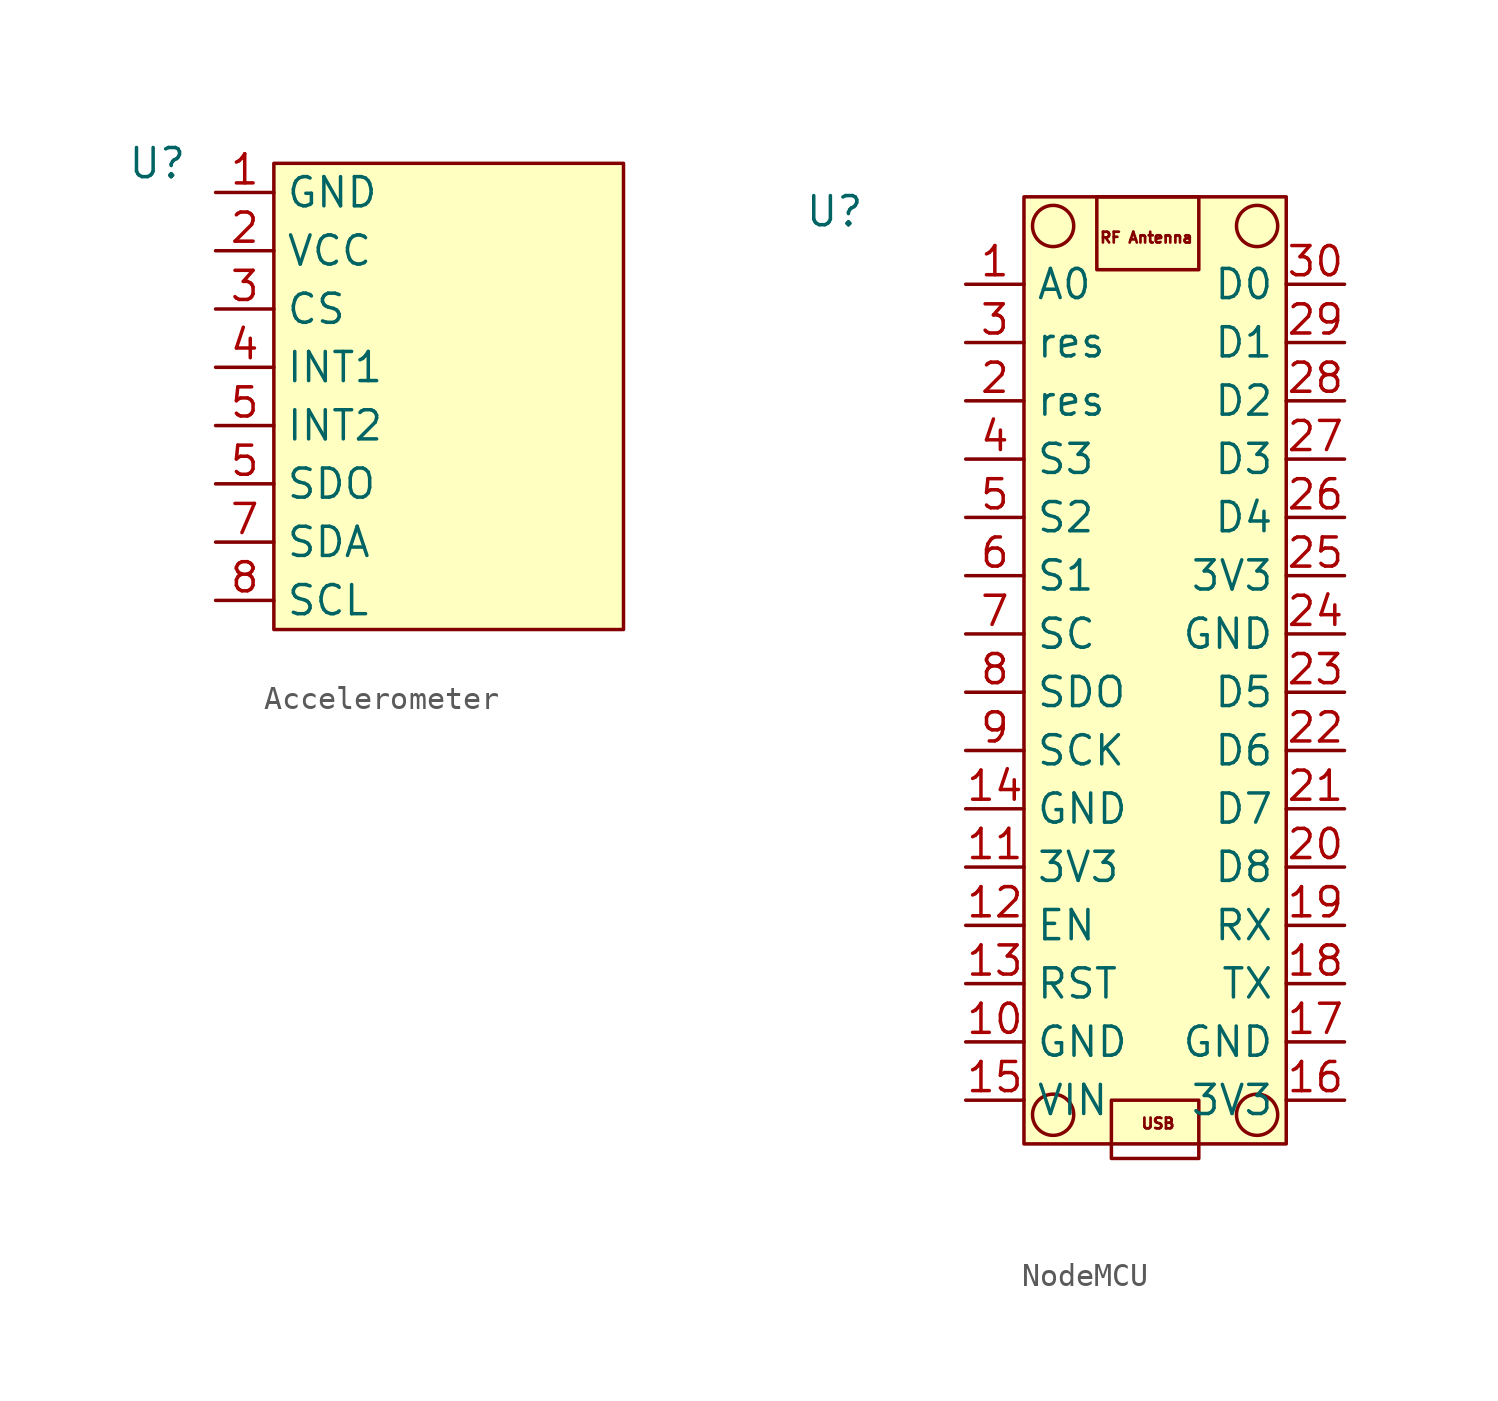
<source format=kicad_sym>
(kicad_symbol_lib
  (version 20220914)
  (generator kicad_symbol_editor)
  (symbol "Accelerometer"
    (property "Reference" "U"
      (at -10.16 1.27 0)
      (effects (font (size 1.27 1.27))))
    (property "Value" ""
      (at -10.16 1.27 0)
      (effects (font (size 1.27 1.27))))
    (symbol "Accelerometer_0_0"
      (pin power_in line (at -7.62 0 0) (length 2.54) (name "GND" (effects (font (size 1.27 1.27)))) (number "1" (effects (font (size 1.27 1.27)))))
      (pin power_in line (at -7.62 -2.54 0) (length 2.54) (name "VCC" (effects (font (size 1.27 1.27)))) (number "2" (effects (font (size 1.27 1.27)))))
      (pin input line (at -7.62 -5.08 0) (length 2.54) (name "CS" (effects (font (size 1.27 1.27)))) (number "3" (effects (font (size 1.27 1.27)))))
      (pin input line (at -7.62 -7.62 0) (length 2.54) (name "INT1" (effects (font (size 1.27 1.27)))) (number "4" (effects (font (size 1.27 1.27)))))
      (pin input line (at -7.62 -10.16 0) (length 2.54) (name "INT2" (effects (font (size 1.27 1.27)))) (number "5" (effects (font (size 1.27 1.27))))))
    (symbol "Accelerometer_1_0"
      (pin input line (at -7.62 -12.7 0) (length 2.54) (name "SDO" (effects (font (size 1.27 1.27)))) (number "5" (effects (font (size 1.27 1.27)))))
      (pin input line (at -7.62 -15.24 0) (length 2.54) (name "SDA" (effects (font (size 1.27 1.27)))) (number "7" (effects (font (size 1.27 1.27)))))
      (pin input line (at -7.62 -17.78 0) (length 2.54) (name "SCL" (effects (font (size 1.27 1.27)))) (number "8" (effects (font (size 1.27 1.27))))))
    (symbol "Accelerometer_1_1"
      (rectangle (start -5.08 1.27) (end 10.16 -19.05) (stroke (width 0) (type default)) (fill (type background)))))
  (symbol "NodeMCU"
    (property "Reference" "U"
      (at -5.715 3.175 0)
      (effects (font (size 1.27 1.27))))
    (property "Value" ""
      (at 0 0 0)
      (effects (font (size 1.27 1.27))))
    (symbol "NodeMCU_0_0"
      (pin unspecified line (at 0 0 0) (length 2.54) (name "A0" (effects (font (size 1.27 1.27)))) (number "1" (effects (font (size 1.27 1.27)))))
      (pin power_in line (at 0 -33.02 0) (length 2.54) (name "GND" (effects (font (size 1.27 1.27)))) (number "10" (effects (font (size 1.27 1.27)))))
      (pin power_in line (at 0 -25.4 0) (length 2.54) (name "3V3" (effects (font (size 1.27 1.27)))) (number "11" (effects (font (size 1.27 1.27)))))
      (pin unspecified line (at 0 -27.94 0) (length 2.54) (name "EN" (effects (font (size 1.27 1.27)))) (number "12" (effects (font (size 1.27 1.27)))))
      (pin input line (at 0 -30.48 0) (length 2.54) (name "RST" (effects (font (size 1.27 1.27)))) (number "13" (effects (font (size 1.27 1.27)))))
      (pin unspecified line (at 0 -22.86 0) (length 2.54) (name "GND" (effects (font (size 1.27 1.27)))) (number "14" (effects (font (size 1.27 1.27)))))
      (pin power_in line (at 0 -35.56 0) (length 2.54) (name "VIN" (effects (font (size 1.27 1.27)))) (number "15" (effects (font (size 1.27 1.27)))))
      (pin power_out line (at 16.51 -35.56 180) (length 2.54) (name "3V3" (effects (font (size 1.27 1.27)))) (number "16" (effects (font (size 1.27 1.27)))))
      (pin power_out line (at 16.51 -33.02 180) (length 2.54) (name "GND" (effects (font (size 1.27 1.27)))) (number "17" (effects (font (size 1.27 1.27)))))
      (pin unspecified line (at 16.51 -30.48 180) (length 2.54) (name "TX" (effects (font (size 1.27 1.27)))) (number "18" (effects (font (size 1.27 1.27)))))
      (pin unspecified line (at 16.51 -27.94 180) (length 2.54) (name "RX" (effects (font (size 1.27 1.27)))) (number "19" (effects (font (size 1.27 1.27)))))
      (pin unspecified line (at 0 -5.08 0) (length 2.54) (name "res" (effects (font (size 1.27 1.27)))) (number "2" (effects (font (size 1.27 1.27)))))
      (pin unspecified line (at 16.51 -25.4 180) (length 2.54) (name "D8" (effects (font (size 1.27 1.27)))) (number "20" (effects (font (size 1.27 1.27)))))
      (pin unspecified line (at 16.51 -22.86 180) (length 2.54) (name "D7" (effects (font (size 1.27 1.27)))) (number "21" (effects (font (size 1.27 1.27)))))
      (pin unspecified line (at 16.51 -20.32 180) (length 2.54) (name "D6" (effects (font (size 1.27 1.27)))) (number "22" (effects (font (size 1.27 1.27)))))
      (pin unspecified line (at 16.51 -17.78 180) (length 2.54) (name "D5" (effects (font (size 1.27 1.27)))) (number "23" (effects (font (size 1.27 1.27)))))
      (pin power_out line (at 16.51 -15.24 180) (length 2.54) (name "GND" (effects (font (size 1.27 1.27)))) (number "24" (effects (font (size 1.27 1.27)))))
      (pin power_out line (at 16.51 -12.7 180) (length 2.54) (name "3V3" (effects (font (size 1.27 1.27)))) (number "25" (effects (font (size 1.27 1.27)))))
      (pin unspecified line (at 16.51 -10.16 180) (length 2.54) (name "D4" (effects (font (size 1.27 1.27)))) (number "26" (effects (font (size 1.27 1.27)))))
      (pin output line (at 16.51 -7.62 180) (length 2.54) (name "D3" (effects (font (size 1.27 1.27)))) (number "27" (effects (font (size 1.27 1.27)))))
      (pin bidirectional line (at 16.51 -5.08 180) (length 2.54) (name "D2" (effects (font (size 1.27 1.27)))) (number "28" (effects (font (size 1.27 1.27)))))
      (pin output line (at 16.51 -2.54 180) (length 2.54) (name "D1" (effects (font (size 1.27 1.27)))) (number "29" (effects (font (size 1.27 1.27)))))
      (pin unspecified line (at 0 -2.54 0) (length 2.54) (name "res" (effects (font (size 1.27 1.27)))) (number "3" (effects (font (size 1.27 1.27)))))
      (pin unspecified line (at 16.51 0 180) (length 2.54) (name "D0" (effects (font (size 1.27 1.27)))) (number "30" (effects (font (size 1.27 1.27)))))
      (pin unspecified line (at 0 -7.62 0) (length 2.54) (name "S3" (effects (font (size 1.27 1.27)))) (number "4" (effects (font (size 1.27 1.27)))))
      (pin unspecified line (at 0 -10.16 0) (length 2.54) (name "S2" (effects (font (size 1.27 1.27)))) (number "5" (effects (font (size 1.27 1.27)))))
      (pin unspecified line (at 0 -12.7 0) (length 2.54) (name "S1" (effects (font (size 1.27 1.27)))) (number "6" (effects (font (size 1.27 1.27)))))
      (pin unspecified line (at 0 -15.24 0) (length 2.54) (name "SC" (effects (font (size 1.27 1.27)))) (number "7" (effects (font (size 1.27 1.27)))))
      (pin unspecified line (at 0 -17.78 0) (length 2.54) (name "SDO" (effects (font (size 1.27 1.27)))) (number "8" (effects (font (size 1.27 1.27)))))
      (pin unspecified line (at 0 -20.32 0) (length 2.54) (name "SCK" (effects (font (size 1.27 1.27)))) (number "9" (effects (font (size 1.27 1.27))))))
    (symbol "NodeMCU_0_1"
      (circle (center 3.81 -36.195) (radius 0.898) (stroke (width 0) (type default)) (fill (type none)))
      (circle (center 3.81 2.54) (radius 0.898) (stroke (width 0) (type default)) (fill (type none)))
      (rectangle (start 5.715 3.81) (end 10.16 0.635) (stroke (width 0) (type default)) (fill (type none)))
      (rectangle (start 6.35 -35.56) (end 10.16 -38.1) (stroke (width 0) (type default)) (fill (type none)))
      (circle (center 12.7 -36.195) (radius 0.898) (stroke (width 0) (type default)) (fill (type none)))
      (circle (center 12.7 2.54) (radius 0.898) (stroke (width 0) (type default)) (fill (type none))))
    (symbol "NodeMCU_1_1"
      (rectangle (start 2.54 3.81) (end 13.97 -37.465) (stroke (width 0) (type default)) (fill (type background)))
      (text "RF Antenna" (at 7.874 2.032 0) (effects (font (size 0.47 0.47))))
      (text "USB" (at 8.382 -36.576 0) (effects (font (size 0.47 0.47)))))))
</source>
